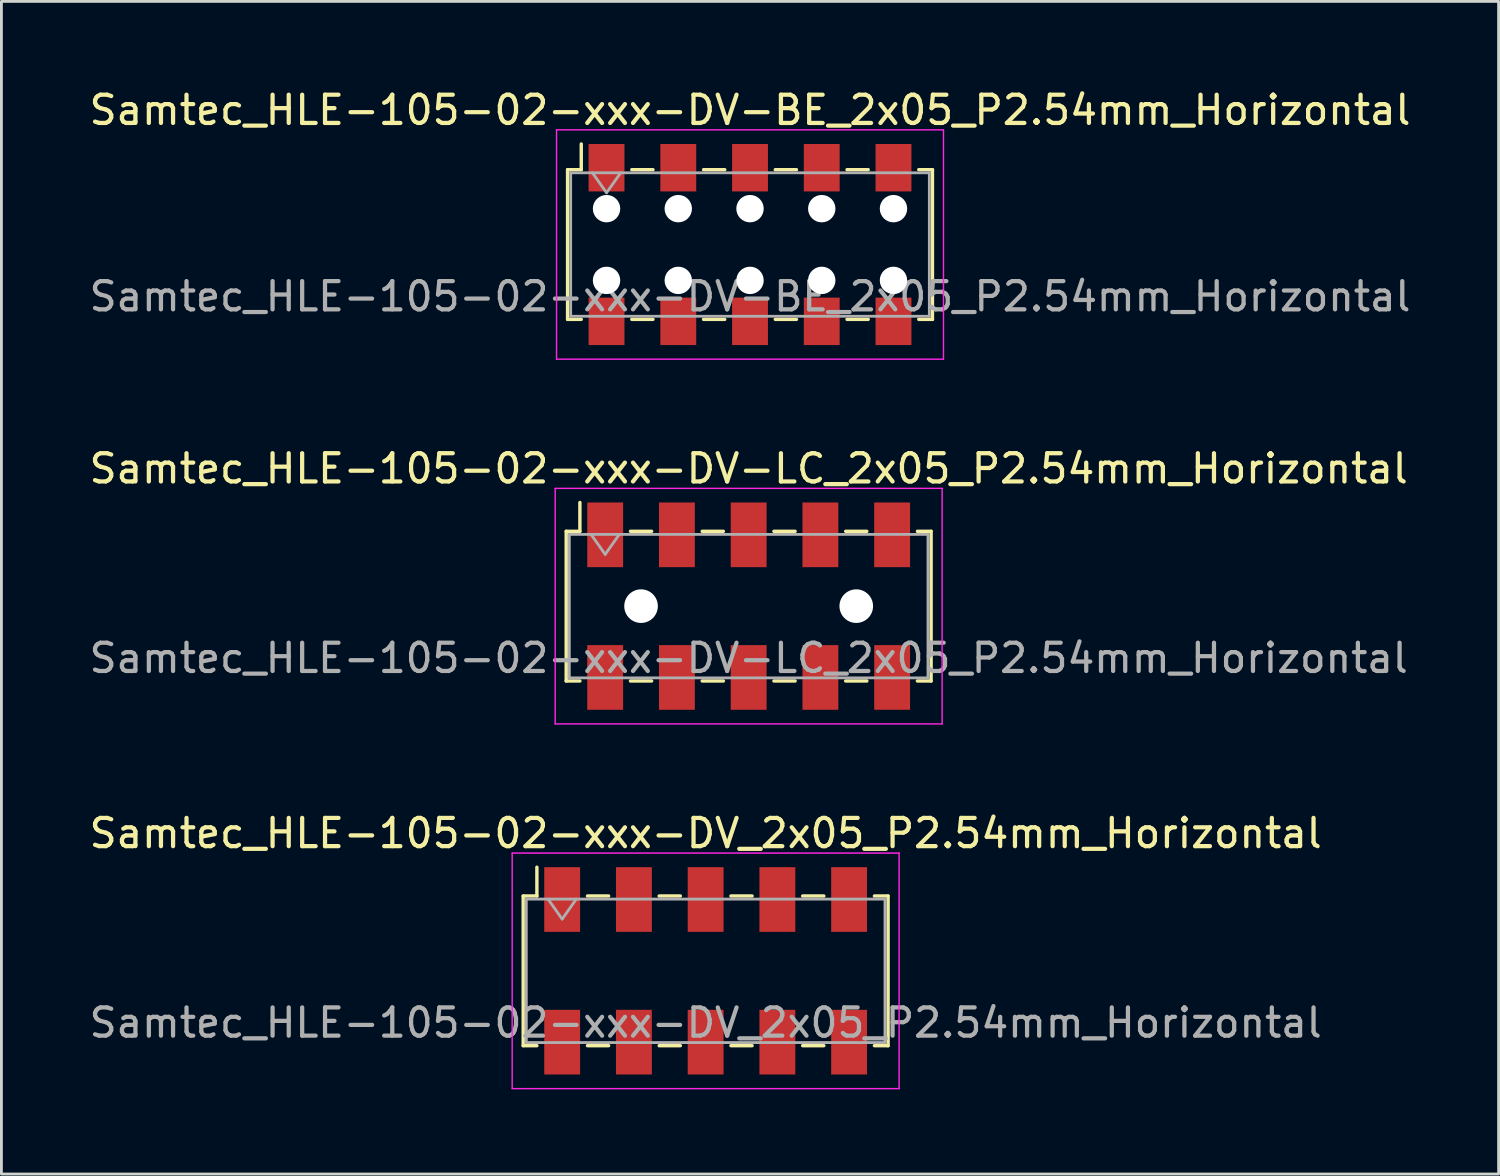
<source format=kicad_pcb>
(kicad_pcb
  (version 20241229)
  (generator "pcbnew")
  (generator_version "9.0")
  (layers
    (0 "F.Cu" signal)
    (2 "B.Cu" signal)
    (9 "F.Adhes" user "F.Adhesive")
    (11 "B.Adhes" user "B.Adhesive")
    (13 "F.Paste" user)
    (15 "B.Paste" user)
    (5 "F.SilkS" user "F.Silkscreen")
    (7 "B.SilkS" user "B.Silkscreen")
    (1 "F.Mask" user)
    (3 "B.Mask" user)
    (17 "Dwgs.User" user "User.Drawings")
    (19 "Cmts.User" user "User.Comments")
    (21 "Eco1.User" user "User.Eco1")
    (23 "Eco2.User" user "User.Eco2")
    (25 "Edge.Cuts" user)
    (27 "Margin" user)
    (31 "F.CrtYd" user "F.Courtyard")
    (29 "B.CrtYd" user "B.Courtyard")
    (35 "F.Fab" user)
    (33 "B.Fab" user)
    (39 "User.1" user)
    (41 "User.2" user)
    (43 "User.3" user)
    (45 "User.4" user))
  (footprint "Samtec_HLE-105-02-xxx-DV_2x05_P2.54mm_Horizontal"
    (layer "F.Cu")
    (at 21.935 31.325)
    (property "Reference" "Samtec_HLE-105-02-xxx-DV_2x05_P2.54mm_Horizontal" (at 0 -4.87 0) (layer "F.SilkS") (effects (font (size 1 1) (thickness 0.15))))
    (attr smd)
    (fp_line (start -6.46 -2.65) (end -6.46 2.65) (stroke (width 0.12) (type solid)) (layer "F.SilkS"))
    (fp_line (start -6.46 2.65) (end -5.975 2.65) (stroke (width 0.12) (type solid)) (layer "F.SilkS"))
    (fp_line (start -5.975 -3.67) (end -5.975 -2.65) (stroke (width 0.12) (type solid)) (layer "F.SilkS"))
    (fp_line (start -5.975 -2.65) (end -6.46 -2.65) (stroke (width 0.12) (type solid)) (layer "F.SilkS"))
    (fp_line (start -4.185 -2.65) (end -3.435 -2.65) (stroke (width 0.12) (type solid)) (layer "F.SilkS"))
    (fp_line (start -4.185 2.65) (end -3.435 2.65) (stroke (width 0.12) (type solid)) (layer "F.SilkS"))
    (fp_line (start -1.645 -2.65) (end -0.895 -2.65) (stroke (width 0.12) (type solid)) (layer "F.SilkS"))
    (fp_line (start -1.645 2.65) (end -0.895 2.65) (stroke (width 0.12) (type solid)) (layer "F.SilkS"))
    (fp_line (start 0.895 -2.65) (end 1.645 -2.65) (stroke (width 0.12) (type solid)) (layer "F.SilkS"))
    (fp_line (start 0.895 2.65) (end 1.645 2.65) (stroke (width 0.12) (type solid)) (layer "F.SilkS"))
    (fp_line (start 3.435 -2.65) (end 4.185 -2.65) (stroke (width 0.12) (type solid)) (layer "F.SilkS"))
    (fp_line (start 3.435 2.65) (end 4.185 2.65) (stroke (width 0.12) (type solid)) (layer "F.SilkS"))
    (fp_line (start 5.975 -2.65) (end 6.46 -2.65) (stroke (width 0.12) (type solid)) (layer "F.SilkS"))
    (fp_line (start 6.46 -2.65) (end 6.46 2.65) (stroke (width 0.12) (type solid)) (layer "F.SilkS"))
    (fp_line (start 6.46 2.65) (end 5.975 2.65) (stroke (width 0.12) (type solid)) (layer "F.SilkS"))
    (fp_line (start -6.85 -4.17) (end 6.85 -4.17) (stroke (width 0.05) (type solid)) (layer "F.CrtYd"))
    (fp_line (start -6.85 4.17) (end -6.85 -4.17) (stroke (width 0.05) (type solid)) (layer "F.CrtYd"))
    (fp_line (start 6.85 -4.17) (end 6.85 4.17) (stroke (width 0.05) (type solid)) (layer "F.CrtYd"))
    (fp_line (start 6.85 4.17) (end -6.85 4.17) (stroke (width 0.05) (type solid)) (layer "F.CrtYd"))
    (fp_line (start -6.35 -2.54) (end 6.35 -2.54) (stroke (width 0.1) (type solid)) (layer "F.Fab"))
    (fp_line (start -6.35 2.54) (end -6.35 -2.54) (stroke (width 0.1) (type solid)) (layer "F.Fab"))
    (fp_line (start -5.58 -2.54) (end -5.08 -1.833) (stroke (width 0.1) (type solid)) (layer "F.Fab"))
    (fp_line (start -5.08 -1.833) (end -4.58 -2.54) (stroke (width 0.1) (type solid)) (layer "F.Fab"))
    (fp_line (start 6.35 -2.54) (end 6.35 2.54) (stroke (width 0.1) (type solid)) (layer "F.Fab"))
    (fp_line (start 6.35 2.54) (end -6.35 2.54) (stroke (width 0.1) (type solid)) (layer "F.Fab"))
    (fp_text user "${REFERENCE}" (at 0 1.84 0) (layer "F.Fab") (effects (font (size 1 1) (thickness 0.15))))
    (pad "1" smd rect (at -5.08 -2.525) (size 1.27 2.29) (layers "F.Cu" "F.Mask" "F.Paste"))
    (pad "2" smd rect (at -5.08 2.525) (size 1.27 2.29) (layers "F.Cu" "F.Mask" "F.Paste"))
    (pad "3" smd rect (at -2.54 -2.525) (size 1.27 2.29) (layers "F.Cu" "F.Mask" "F.Paste"))
    (pad "4" smd rect (at -2.54 2.525) (size 1.27 2.29) (layers "F.Cu" "F.Mask" "F.Paste"))
    (pad "5" smd rect (at 0 -2.525) (size 1.27 2.29) (layers "F.Cu" "F.Mask" "F.Paste"))
    (pad "6" smd rect (at 0 2.525) (size 1.27 2.29) (layers "F.Cu" "F.Mask" "F.Paste"))
    (pad "7" smd rect (at 2.54 -2.525) (size 1.27 2.29) (layers "F.Cu" "F.Mask" "F.Paste"))
    (pad "8" smd rect (at 2.54 2.525) (size 1.27 2.29) (layers "F.Cu" "F.Mask" "F.Paste"))
    (pad "9" smd rect (at 5.08 -2.525) (size 1.27 2.29) (layers "F.Cu" "F.Mask" "F.Paste"))
    (pad "10" smd rect (at 5.08 2.525) (size 1.27 2.29) (layers "F.Cu" "F.Mask" "F.Paste")))
  (footprint "Samtec_HLE-105-02-xxx-DV-LC_2x05_P2.54mm_Horizontal"
    (layer "F.Cu")
    (at 23.458 18.412)
    (property "Reference" "Samtec_HLE-105-02-xxx-DV-LC_2x05_P2.54mm_Horizontal" (at 0 -4.87 0) (layer "F.SilkS") (effects (font (size 1 1) (thickness 0.15))))
    (attr smd)
    (fp_line (start -6.46 -2.65) (end -6.46 2.65) (stroke (width 0.12) (type solid)) (layer "F.SilkS"))
    (fp_line (start -6.46 2.65) (end -5.975 2.65) (stroke (width 0.12) (type solid)) (layer "F.SilkS"))
    (fp_line (start -5.975 -3.67) (end -5.975 -2.65) (stroke (width 0.12) (type solid)) (layer "F.SilkS"))
    (fp_line (start -5.975 -2.65) (end -6.46 -2.65) (stroke (width 0.12) (type solid)) (layer "F.SilkS"))
    (fp_line (start -4.185 -2.65) (end -3.435 -2.65) (stroke (width 0.12) (type solid)) (layer "F.SilkS"))
    (fp_line (start -4.185 2.65) (end -3.435 2.65) (stroke (width 0.12) (type solid)) (layer "F.SilkS"))
    (fp_line (start -1.645 -2.65) (end -0.895 -2.65) (stroke (width 0.12) (type solid)) (layer "F.SilkS"))
    (fp_line (start -1.645 2.65) (end -0.895 2.65) (stroke (width 0.12) (type solid)) (layer "F.SilkS"))
    (fp_line (start 0.895 -2.65) (end 1.645 -2.65) (stroke (width 0.12) (type solid)) (layer "F.SilkS"))
    (fp_line (start 0.895 2.65) (end 1.645 2.65) (stroke (width 0.12) (type solid)) (layer "F.SilkS"))
    (fp_line (start 3.435 -2.65) (end 4.185 -2.65) (stroke (width 0.12) (type solid)) (layer "F.SilkS"))
    (fp_line (start 3.435 2.65) (end 4.185 2.65) (stroke (width 0.12) (type solid)) (layer "F.SilkS"))
    (fp_line (start 5.975 -2.65) (end 6.46 -2.65) (stroke (width 0.12) (type solid)) (layer "F.SilkS"))
    (fp_line (start 6.46 -2.65) (end 6.46 2.65) (stroke (width 0.12) (type solid)) (layer "F.SilkS"))
    (fp_line (start 6.46 2.65) (end 5.975 2.65) (stroke (width 0.12) (type solid)) (layer "F.SilkS"))
    (fp_line (start -6.85 -4.17) (end 6.85 -4.17) (stroke (width 0.05) (type solid)) (layer "F.CrtYd"))
    (fp_line (start -6.85 4.17) (end -6.85 -4.17) (stroke (width 0.05) (type solid)) (layer "F.CrtYd"))
    (fp_line (start 6.85 -4.17) (end 6.85 4.17) (stroke (width 0.05) (type solid)) (layer "F.CrtYd"))
    (fp_line (start 6.85 4.17) (end -6.85 4.17) (stroke (width 0.05) (type solid)) (layer "F.CrtYd"))
    (fp_line (start -6.35 -2.54) (end 6.35 -2.54) (stroke (width 0.1) (type solid)) (layer "F.Fab"))
    (fp_line (start -6.35 2.54) (end -6.35 -2.54) (stroke (width 0.1) (type solid)) (layer "F.Fab"))
    (fp_line (start -5.58 -2.54) (end -5.08 -1.833) (stroke (width 0.1) (type solid)) (layer "F.Fab"))
    (fp_line (start -5.08 -1.833) (end -4.58 -2.54) (stroke (width 0.1) (type solid)) (layer "F.Fab"))
    (fp_line (start 6.35 -2.54) (end 6.35 2.54) (stroke (width 0.1) (type solid)) (layer "F.Fab"))
    (fp_line (start 6.35 2.54) (end -6.35 2.54) (stroke (width 0.1) (type solid)) (layer "F.Fab"))
    (fp_text user "${REFERENCE}" (at 0 1.84 0) (layer "F.Fab") (effects (font (size 1 1) (thickness 0.15))))
    (pad "" np_thru_hole circle (at -3.81 0) (size 1.19 1.19) (drill 1.19) (layers "*.Cu" "*.Mask"))
    (pad "" np_thru_hole circle (at 3.81 0) (size 1.19 1.19) (drill 1.19) (layers "*.Cu" "*.Mask"))
    (pad "1" smd rect (at -5.08 -2.525) (size 1.27 2.29) (layers "F.Cu" "F.Mask" "F.Paste"))
    (pad "2" smd rect (at -5.08 2.525) (size 1.27 2.29) (layers "F.Cu" "F.Mask" "F.Paste"))
    (pad "3" smd rect (at -2.54 -2.525) (size 1.27 2.29) (layers "F.Cu" "F.Mask" "F.Paste"))
    (pad "4" smd rect (at -2.54 2.525) (size 1.27 2.29) (layers "F.Cu" "F.Mask" "F.Paste"))
    (pad "5" smd rect (at 0 -2.525) (size 1.27 2.29) (layers "F.Cu" "F.Mask" "F.Paste"))
    (pad "6" smd rect (at 0 2.525) (size 1.27 2.29) (layers "F.Cu" "F.Mask" "F.Paste"))
    (pad "7" smd rect (at 2.54 -2.525) (size 1.27 2.29) (layers "F.Cu" "F.Mask" "F.Paste"))
    (pad "8" smd rect (at 2.54 2.525) (size 1.27 2.29) (layers "F.Cu" "F.Mask" "F.Paste"))
    (pad "9" smd rect (at 5.08 -2.525) (size 1.27 2.29) (layers "F.Cu" "F.Mask" "F.Paste"))
    (pad "10" smd rect (at 5.08 2.525) (size 1.27 2.29) (layers "F.Cu" "F.Mask" "F.Paste")))
  (footprint "Samtec_HLE-105-02-xxx-DV-BE_2x05_P2.54mm_Horizontal"
    (layer "F.Cu")
    (at 23.506 5.608)
    (property "Reference" "Samtec_HLE-105-02-xxx-DV-BE_2x05_P2.54mm_Horizontal" (at 0 -4.76 0) (layer "F.SilkS") (effects (font (size 1 1) (thickness 0.15))))
    (attr smd)
    (fp_line (start -6.46 -2.65) (end -6.46 2.65) (stroke (width 0.12) (type solid)) (layer "F.SilkS"))
    (fp_line (start -6.46 2.65) (end -5.975 2.65) (stroke (width 0.12) (type solid)) (layer "F.SilkS"))
    (fp_line (start -5.975 -3.56) (end -5.975 -2.65) (stroke (width 0.12) (type solid)) (layer "F.SilkS"))
    (fp_line (start -5.975 -2.65) (end -6.46 -2.65) (stroke (width 0.12) (type solid)) (layer "F.SilkS"))
    (fp_line (start -4.185 -2.65) (end -3.435 -2.65) (stroke (width 0.12) (type solid)) (layer "F.SilkS"))
    (fp_line (start -4.185 2.65) (end -3.435 2.65) (stroke (width 0.12) (type solid)) (layer "F.SilkS"))
    (fp_line (start -1.645 -2.65) (end -0.895 -2.65) (stroke (width 0.12) (type solid)) (layer "F.SilkS"))
    (fp_line (start -1.645 2.65) (end -0.895 2.65) (stroke (width 0.12) (type solid)) (layer "F.SilkS"))
    (fp_line (start 0.895 -2.65) (end 1.645 -2.65) (stroke (width 0.12) (type solid)) (layer "F.SilkS"))
    (fp_line (start 0.895 2.65) (end 1.645 2.65) (stroke (width 0.12) (type solid)) (layer "F.SilkS"))
    (fp_line (start 3.435 -2.65) (end 4.185 -2.65) (stroke (width 0.12) (type solid)) (layer "F.SilkS"))
    (fp_line (start 3.435 2.65) (end 4.185 2.65) (stroke (width 0.12) (type solid)) (layer "F.SilkS"))
    (fp_line (start 5.975 -2.65) (end 6.46 -2.65) (stroke (width 0.12) (type solid)) (layer "F.SilkS"))
    (fp_line (start 6.46 -2.65) (end 6.46 2.65) (stroke (width 0.12) (type solid)) (layer "F.SilkS"))
    (fp_line (start 6.46 2.65) (end 5.975 2.65) (stroke (width 0.12) (type solid)) (layer "F.SilkS"))
    (fp_line (start -6.85 -4.06) (end 6.85 -4.06) (stroke (width 0.05) (type solid)) (layer "F.CrtYd"))
    (fp_line (start -6.85 4.06) (end -6.85 -4.06) (stroke (width 0.05) (type solid)) (layer "F.CrtYd"))
    (fp_line (start 6.85 -4.06) (end 6.85 4.06) (stroke (width 0.05) (type solid)) (layer "F.CrtYd"))
    (fp_line (start 6.85 4.06) (end -6.85 4.06) (stroke (width 0.05) (type solid)) (layer "F.CrtYd"))
    (fp_line (start -6.35 -2.54) (end 6.35 -2.54) (stroke (width 0.1) (type solid)) (layer "F.Fab"))
    (fp_line (start -6.35 2.54) (end -6.35 -2.54) (stroke (width 0.1) (type solid)) (layer "F.Fab"))
    (fp_line (start -5.58 -2.54) (end -5.08 -1.833) (stroke (width 0.1) (type solid)) (layer "F.Fab"))
    (fp_line (start -5.08 -1.833) (end -4.58 -2.54) (stroke (width 0.1) (type solid)) (layer "F.Fab"))
    (fp_line (start 6.35 -2.54) (end 6.35 2.54) (stroke (width 0.1) (type solid)) (layer "F.Fab"))
    (fp_line (start 6.35 2.54) (end -6.35 2.54) (stroke (width 0.1) (type solid)) (layer "F.Fab"))
    (fp_text user "${REFERENCE}" (at 0 1.84 0) (layer "F.Fab") (effects (font (size 1 1) (thickness 0.15))))
    (pad "" np_thru_hole circle (at -5.08 -1.27) (size 0.97 0.97) (drill 0.97) (layers "*.Cu" "*.Mask"))
    (pad "" np_thru_hole circle (at -5.08 1.27) (size 0.97 0.97) (drill 0.97) (layers "*.Cu" "*.Mask"))
    (pad "" np_thru_hole circle (at -2.54 -1.27) (size 0.97 0.97) (drill 0.97) (layers "*.Cu" "*.Mask"))
    (pad "" np_thru_hole circle (at -2.54 1.27) (size 0.97 0.97) (drill 0.97) (layers "*.Cu" "*.Mask"))
    (pad "" np_thru_hole circle (at 0 -1.27) (size 0.97 0.97) (drill 0.97) (layers "*.Cu" "*.Mask"))
    (pad "" np_thru_hole circle (at 0 1.27) (size 0.97 0.97) (drill 0.97) (layers "*.Cu" "*.Mask"))
    (pad "" np_thru_hole circle (at 2.54 -1.27) (size 0.97 0.97) (drill 0.97) (layers "*.Cu" "*.Mask"))
    (pad "" np_thru_hole circle (at 2.54 1.27) (size 0.97 0.97) (drill 0.97) (layers "*.Cu" "*.Mask"))
    (pad "" np_thru_hole circle (at 5.08 -1.27) (size 0.97 0.97) (drill 0.97) (layers "*.Cu" "*.Mask"))
    (pad "" np_thru_hole circle (at 5.08 1.27) (size 0.97 0.97) (drill 0.97) (layers "*.Cu" "*.Mask"))
    (pad "1" smd rect (at -5.08 -2.72) (size 1.27 1.68) (layers "F.Cu" "F.Mask" "F.Paste"))
    (pad "2" smd rect (at -5.08 2.72) (size 1.27 1.68) (layers "F.Cu" "F.Mask" "F.Paste"))
    (pad "3" smd rect (at -2.54 -2.72) (size 1.27 1.68) (layers "F.Cu" "F.Mask" "F.Paste"))
    (pad "4" smd rect (at -2.54 2.72) (size 1.27 1.68) (layers "F.Cu" "F.Mask" "F.Paste"))
    (pad "5" smd rect (at 0 -2.72) (size 1.27 1.68) (layers "F.Cu" "F.Mask" "F.Paste"))
    (pad "6" smd rect (at 0 2.72) (size 1.27 1.68) (layers "F.Cu" "F.Mask" "F.Paste"))
    (pad "7" smd rect (at 2.54 -2.72) (size 1.27 1.68) (layers "F.Cu" "F.Mask" "F.Paste"))
    (pad "8" smd rect (at 2.54 2.72) (size 1.27 1.68) (layers "F.Cu" "F.Mask" "F.Paste"))
    (pad "9" smd rect (at 5.08 -2.72) (size 1.27 1.68) (layers "F.Cu" "F.Mask" "F.Paste"))
    (pad "10" smd rect (at 5.08 2.72) (size 1.27 1.68) (layers "F.Cu" "F.Mask" "F.Paste")))
  (gr_rect
    (start -3 -3)
    (end 50.012 38.52)
    (stroke (width 0.1) (type default))
    (fill no)
    (layer "Edge.Cuts")))
</source>
